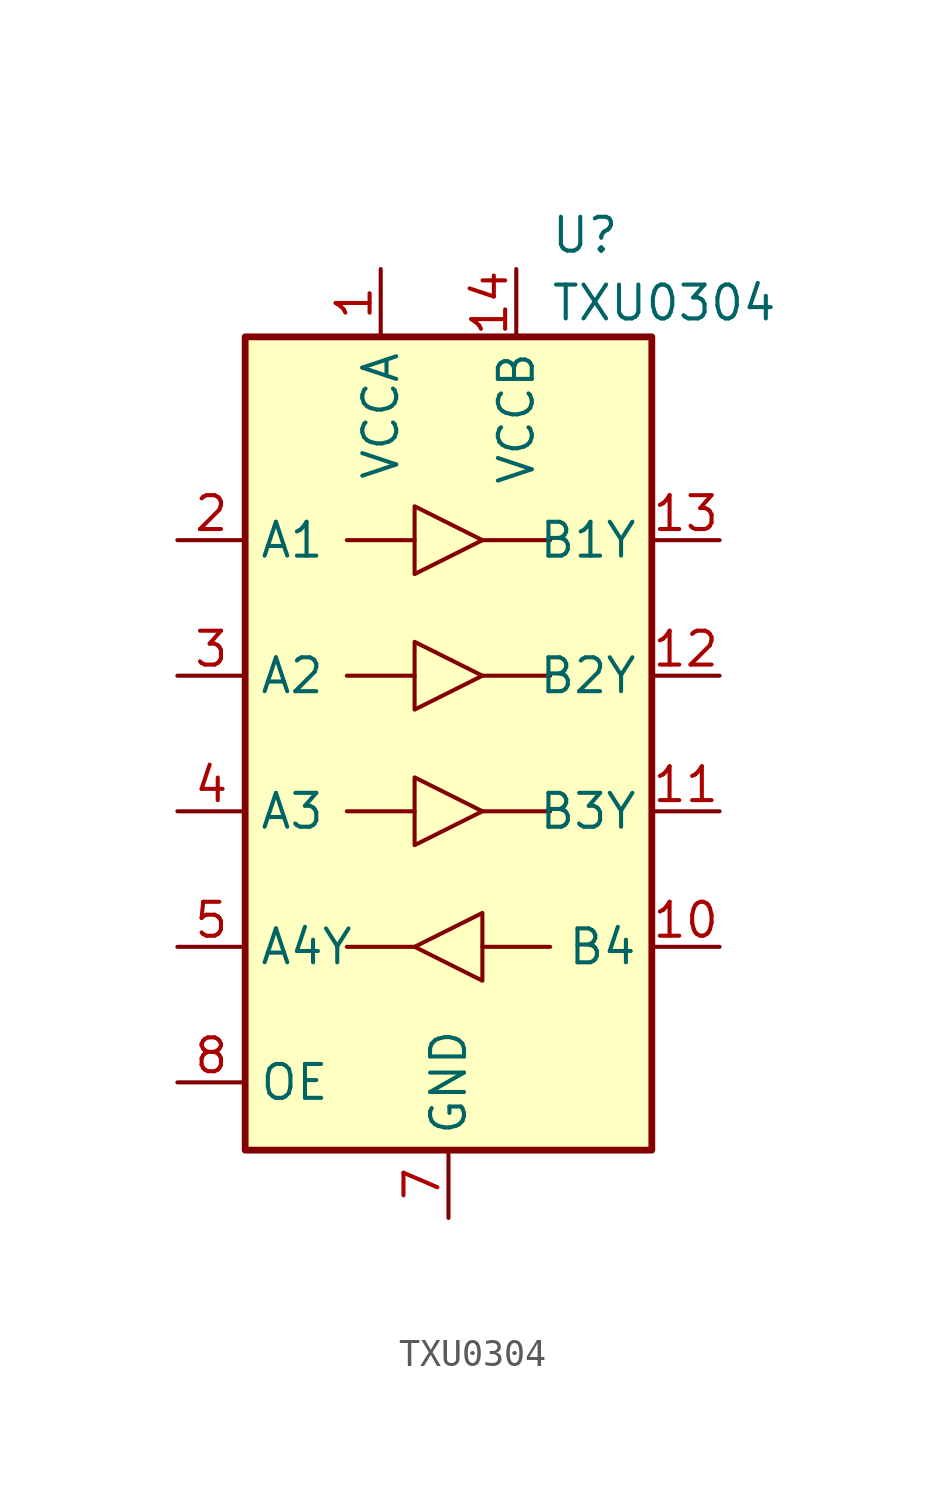
<source format=kicad_sym>
(kicad_symbol_lib
  (version 20220914)
  (generator kicad_symbol_editor)
  (symbol "TXU0304"
    (property "Reference" "U"
      (at 3.81 19.05 0)
      (effects (font (size 1.27 1.27)) (justify left)))
    (property "Value" "TXU0304"
      (at 3.81 16.51 0)
      (effects (font (size 1.27 1.27)) (justify left)))
    (symbol "TXU0304_0_1"
      (rectangle (start -7.62 15.24) (end 7.62 -15.24) (stroke (width 0.254) (type default)) (fill (type background)))
      (polyline (pts (xy -3.81 -7.62) (xy -1.27 -7.62)) (stroke (width 0) (type default)) (fill (type none)))
      (polyline (pts (xy -3.81 -2.54) (xy -1.27 -2.54)) (stroke (width 0) (type default)) (fill (type none)))
      (polyline (pts (xy -3.81 2.54) (xy -1.27 2.54)) (stroke (width 0) (type default)) (fill (type none)))
      (polyline (pts (xy -3.81 7.62) (xy -1.27 7.62)) (stroke (width 0) (type default)) (fill (type none)))
      (polyline (pts (xy 3.81 -7.62) (xy 1.27 -7.62)) (stroke (width 0) (type default)) (fill (type none)))
      (polyline (pts (xy 3.81 -2.54) (xy 1.27 -2.54)) (stroke (width 0) (type default)) (fill (type none)))
      (polyline (pts (xy 3.81 2.54) (xy 1.27 2.54)) (stroke (width 0) (type default)) (fill (type none)))
      (polyline (pts (xy 3.81 7.62) (xy 1.27 7.62)) (stroke (width 0) (type default)) (fill (type none)))
      (polyline (pts (xy -1.27 -3.81) (xy -1.27 -1.27) (xy 1.27 -2.54) (xy -1.27 -3.81)) (stroke (width 0) (type default)) (fill (type none)))
      (polyline (pts (xy -1.27 1.27) (xy -1.27 3.81) (xy 1.27 2.54) (xy -1.27 1.27)) (stroke (width 0) (type default)) (fill (type none)))
      (polyline (pts (xy -1.27 6.35) (xy -1.27 8.89) (xy 1.27 7.62) (xy -1.27 6.35)) (stroke (width 0) (type default)) (fill (type none)))
      (polyline (pts (xy 1.27 -8.89) (xy 1.27 -6.35) (xy -1.27 -7.62) (xy 1.27 -8.89)) (stroke (width 0) (type default)) (fill (type none))))
    (symbol "TXU0304_1_1"
      (pin power_in line (at -2.54 17.78 270) (length 2.54) (name "VCCA" (effects (font (size 1.27 1.27)))) (number "1" (effects (font (size 1.27 1.27)))))
      (pin input line (at 10.16 -7.62 180) (length 2.54) (name "B4" (effects (font (size 1.27 1.27)))) (number "10" (effects (font (size 1.27 1.27)))))
      (pin output line (at 10.16 -2.54 180) (length 2.54) (name "B3Y" (effects (font (size 1.27 1.27)))) (number "11" (effects (font (size 1.27 1.27)))))
      (pin output line (at 10.16 2.54 180) (length 2.54) (name "B2Y" (effects (font (size 1.27 1.27)))) (number "12" (effects (font (size 1.27 1.27)))))
      (pin output line (at 10.16 7.62 180) (length 2.54) (name "B1Y" (effects (font (size 1.27 1.27)))) (number "13" (effects (font (size 1.27 1.27)))))
      (pin power_in line (at 2.54 17.78 270) (length 2.54) (name "VCCB" (effects (font (size 1.27 1.27)))) (number "14" (effects (font (size 1.27 1.27)))))
      (pin input line (at -10.16 7.62 0) (length 2.54) (name "A1" (effects (font (size 1.27 1.27)))) (number "2" (effects (font (size 1.27 1.27)))))
      (pin input line (at -10.16 2.54 0) (length 2.54) (name "A2" (effects (font (size 1.27 1.27)))) (number "3" (effects (font (size 1.27 1.27)))))
      (pin input line (at -10.16 -2.54 0) (length 2.54) (name "A3" (effects (font (size 1.27 1.27)))) (number "4" (effects (font (size 1.27 1.27)))))
      (pin output line (at -10.16 -7.62 0) (length 2.54) (name "A4Y" (effects (font (size 1.27 1.27)))) (number "5" (effects (font (size 1.27 1.27)))))
      (pin no_connect line (at 10.16 -12.7 180) (length 2.54) hide (name "NC" (effects (font (size 1.27 1.27)))) (number "6" (effects (font (size 1.27 1.27)))))
      (pin power_in line (at 0 -17.78 90) (length 2.54) (name "GND" (effects (font (size 1.27 1.27)))) (number "7" (effects (font (size 1.27 1.27)))))
      (pin input line (at -10.16 -12.7 0) (length 2.54) (name "OE" (effects (font (size 1.27 1.27)))) (number "8" (effects (font (size 1.27 1.27)))))
      (pin no_connect line (at 10.16 -10.16 180) (length 2.54) hide (name "NC" (effects (font (size 1.27 1.27)))) (number "9" (effects (font (size 1.27 1.27))))))))
</source>
